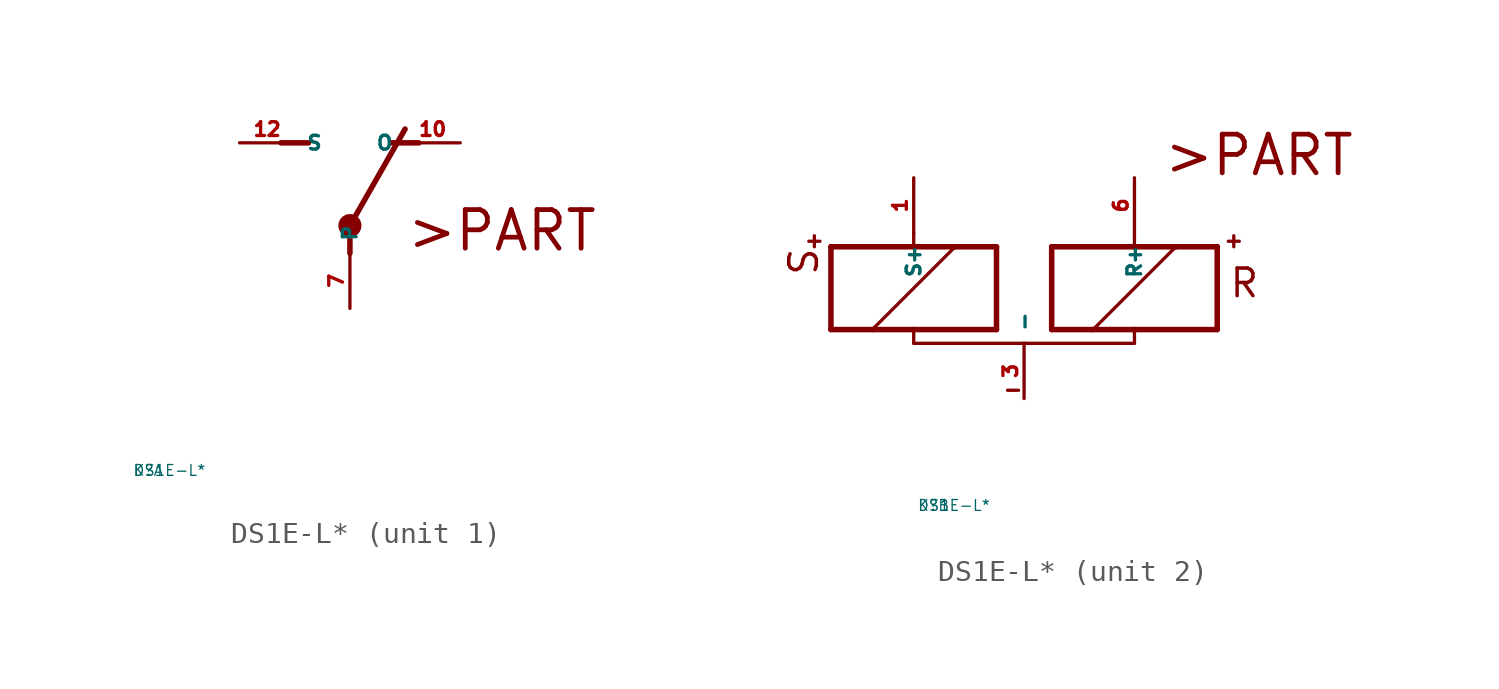
<source format=kicad_sym>
(kicad_symbol_lib
  (version 20220914)
  (generator Eagle2Kicad)
  (symbol "DS1E-L*"
    (property "Reference" "K"
      (at -10 -10 0)
      (effects (font (size 0.5 0.5) (thickness 0.06)) (justify left)))
    (property "Value" "DS1E-L*"
      (at -10 -10 0)
      (effects (font (size 0.5 0.5) (thickness 0.06)) (justify left)))
    (symbol "DS1E-L*_1_0"
      (polyline (pts (xy 3.175 5.08) (xy 1.905 5.08)) (stroke (width 0.254) (type default)) (fill (type none)))
      (polyline (pts (xy -3.175 5.08) (xy -1.905 5.08)) (stroke (width 0.254) (type default)) (fill (type none)))
      (polyline (pts (xy 0 1.27) (xy 2.54 5.715)) (stroke (width 0.254) (type default)) (fill (type none)))
      (polyline (pts (xy 0 1.27) (xy 0 0)) (stroke (width 0.254) (type default)) (fill (type none)))
      (text ">PART" (at 2.54 0 0) (effects (font (size 1.778 1.778) (thickness 0.22)) (justify left bottom)))
      (circle (center 0 1.27) (radius 0.127) (stroke (width 0.406) (type default)) (fill (type none)))
      (pin passive line (at 5.08 5.08 180) (length 2.54) (name "O" (effects (font (size 0.635 0.635) (thickness 0.08)) (justify left bottom))) (number "10" (effects (font (size 0.635 0.635) (thickness 0.08)) (justify left bottom))))
      (pin passive line (at -5.08 5.08 0) (length 2.54) (name "S" (effects (font (size 0.635 0.635) (thickness 0.08)) (justify left bottom))) (number "12" (effects (font (size 0.635 0.635) (thickness 0.08)) (justify left bottom))))
      (pin passive line (at 0 -2.54 90) (length 2.54) (name "P" (effects (font (size 0.635 0.635) (thickness 0.08)) (justify left bottom))) (number "7" (effects (font (size 0.635 0.635) (thickness 0.08)) (justify left bottom)))))
    (symbol "DS1E-L*_2_0"
      (polyline (pts (xy -3.81 -1.905) (xy -1.905 -1.905)) (stroke (width 0.254) (type default)) (fill (type none)))
      (polyline (pts (xy 3.81 -1.905) (xy 3.81 1.905)) (stroke (width 0.254) (type default)) (fill (type none)))
      (polyline (pts (xy 3.81 1.905) (xy 1.905 1.905)) (stroke (width 0.254) (type default)) (fill (type none)))
      (polyline (pts (xy -3.81 1.905) (xy -3.81 -1.905)) (stroke (width 0.254) (type default)) (fill (type none)))
      (polyline (pts (xy -5.08 -2.54) (xy 0 -2.54)) (stroke (width 0.152) (type default)) (fill (type none)))
      (polyline (pts (xy 0 -2.54) (xy 0 -1.905)) (stroke (width 0.152) (type default)) (fill (type none)))
      (polyline (pts (xy 0 -1.905) (xy 3.81 -1.905)) (stroke (width 0.254) (type default)) (fill (type none)))
      (polyline (pts (xy 0 2.54) (xy 0 1.905)) (stroke (width 0.152) (type default)) (fill (type none)))
      (polyline (pts (xy 0 1.905) (xy -3.81 1.905)) (stroke (width 0.254) (type default)) (fill (type none)))
      (polyline (pts (xy -1.905 -1.905) (xy 1.905 1.905)) (stroke (width 0.152) (type default)) (fill (type none)))
      (polyline (pts (xy -1.905 -1.905) (xy 0 -1.905)) (stroke (width 0.254) (type default)) (fill (type none)))
      (polyline (pts (xy 1.905 1.905) (xy 0 1.905)) (stroke (width 0.254) (type default)) (fill (type none)))
      (polyline (pts (xy -14.478 2.159) (xy -14.986 2.159)) (stroke (width 0.152) (type default)) (fill (type none)))
      (polyline (pts (xy -14.732 2.413) (xy -14.732 1.905)) (stroke (width 0.152) (type default)) (fill (type none)))
      (polyline (pts (xy -5.842 -4.699) (xy -5.334 -4.699)) (stroke (width 0.152) (type default)) (fill (type none)))
      (polyline (pts (xy -6.35 1.905) (xy -8.255 1.905)) (stroke (width 0.254) (type default)) (fill (type none)))
      (polyline (pts (xy -13.97 1.905) (xy -13.97 -1.905)) (stroke (width 0.254) (type default)) (fill (type none)))
      (polyline (pts (xy -13.97 -1.905) (xy -12.065 -1.905)) (stroke (width 0.254) (type default)) (fill (type none)))
      (polyline (pts (xy -6.35 -1.905) (xy -6.35 1.905)) (stroke (width 0.254) (type default)) (fill (type none)))
      (polyline (pts (xy -10.16 2.54) (xy -10.16 1.905)) (stroke (width 0.152) (type default)) (fill (type none)))
      (polyline (pts (xy -10.16 1.905) (xy -13.97 1.905)) (stroke (width 0.254) (type default)) (fill (type none)))
      (polyline (pts (xy -5.08 -2.54) (xy -10.16 -2.54)) (stroke (width 0.152) (type default)) (fill (type none)))
      (polyline (pts (xy -10.16 -2.54) (xy -10.16 -1.905)) (stroke (width 0.152) (type default)) (fill (type none)))
      (polyline (pts (xy -10.16 -1.905) (xy -6.35 -1.905)) (stroke (width 0.254) (type default)) (fill (type none)))
      (polyline (pts (xy -8.255 1.905) (xy -12.065 -1.905)) (stroke (width 0.152) (type default)) (fill (type none)))
      (polyline (pts (xy -8.255 1.905) (xy -10.16 1.905)) (stroke (width 0.254) (type default)) (fill (type none)))
      (polyline (pts (xy -12.065 -1.905) (xy -10.16 -1.905)) (stroke (width 0.254) (type default)) (fill (type none)))
      (polyline (pts (xy 4.318 2.159) (xy 4.826 2.159)) (stroke (width 0.152) (type default)) (fill (type none)))
      (polyline (pts (xy 4.572 2.413) (xy 4.572 1.905)) (stroke (width 0.152) (type default)) (fill (type none)))
      (text ">PART" (at 1.27 5.08 0) (effects (font (size 1.778 1.778) (thickness 0.22)) (justify left bottom)))
      (text "R" (at 4.318 -0.508 0) (effects (font (size 1.27 1.27) (thickness 0.16)) (justify left bottom)))
      (text "S" (at -14.478 0.508 1800) (effects (font (size 1.27 1.27) (thickness 0.16)) (justify left bottom)))
      (pin passive line (at -5.08 -5.08 90) (length 2.54) (name "-" (effects (font (size 0.635 0.635) (thickness 0.08)) (justify left bottom))) (number "3" (effects (font (size 0.635 0.635) (thickness 0.08)) (justify left bottom))))
      (pin passive line (at 0 5.08 270) (length 2.54) (name "R+" (effects (font (size 0.635 0.635) (thickness 0.08)) (justify left bottom))) (number "6" (effects (font (size 0.635 0.635) (thickness 0.08)) (justify left bottom))))
      (pin passive line (at -10.16 5.08 270) (length 2.54) (name "S+" (effects (font (size 0.635 0.635) (thickness 0.08)) (justify left bottom))) (number "1" (effects (font (size 0.635 0.635) (thickness 0.08)) (justify left bottom)))))))
</source>
